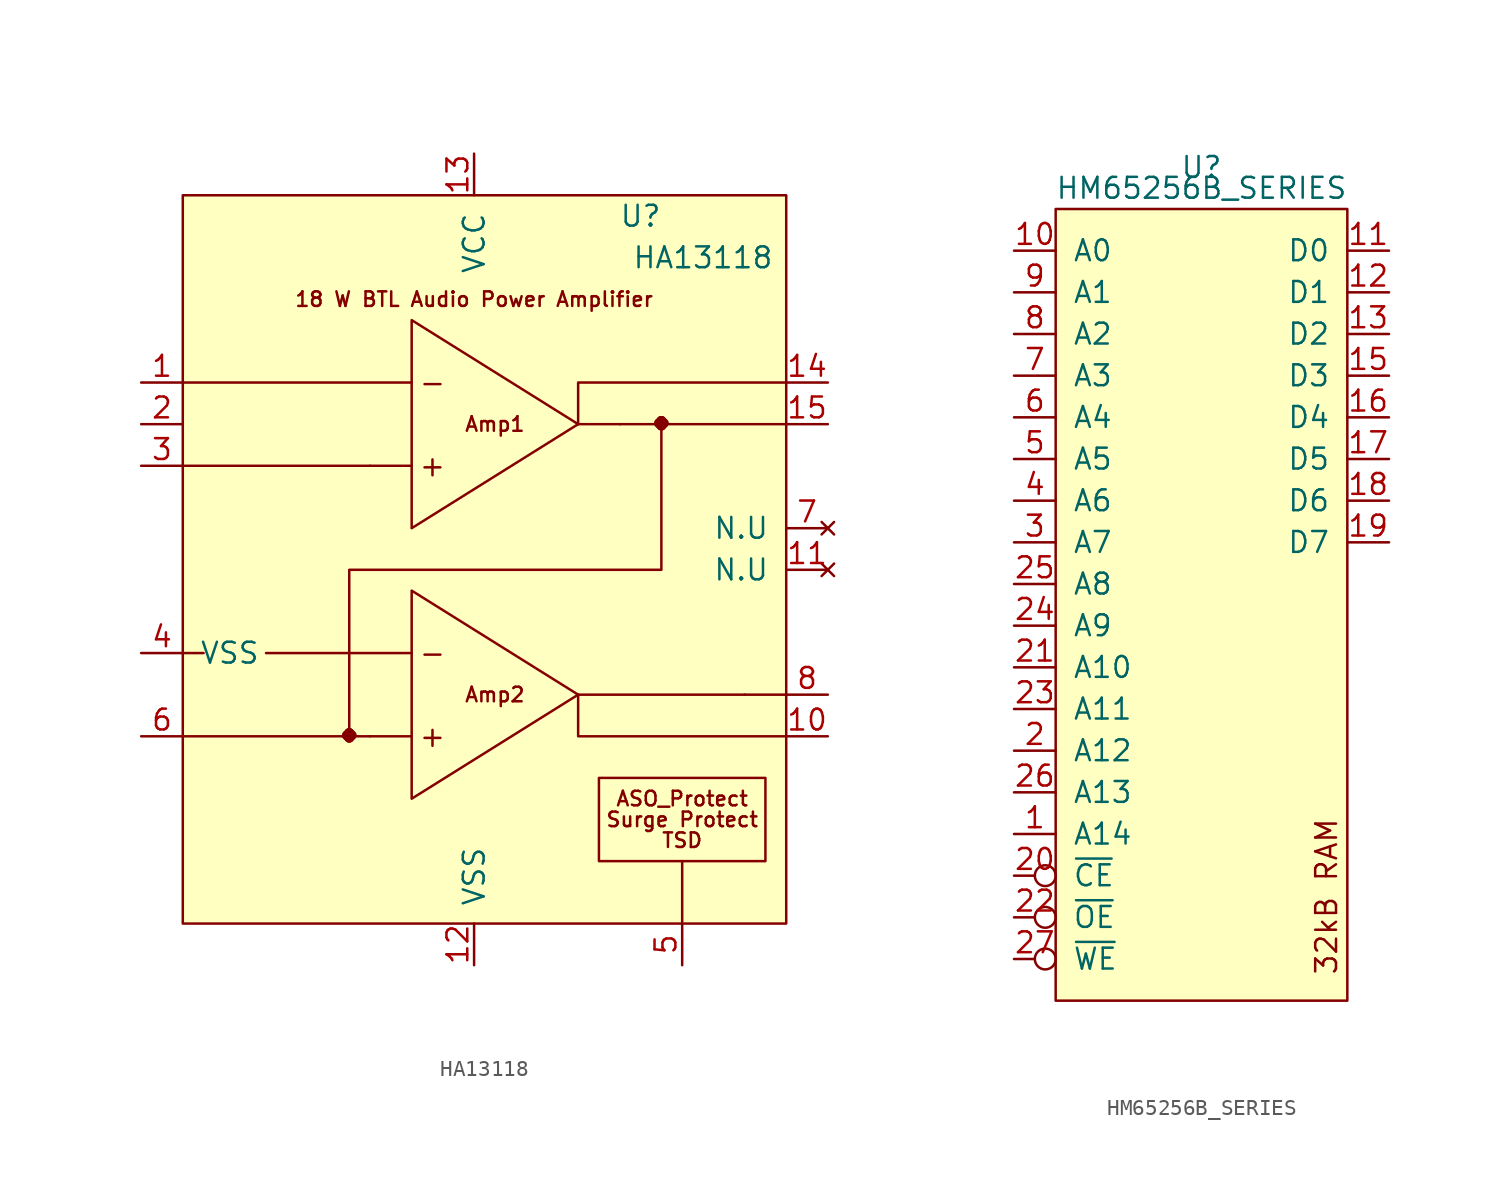
<source format=kicad_sym>
(kicad_symbol_lib
  (version 20211014)
  (generator kicad_symbol_editor)
  (symbol "HA13118"
    (pin_names
      (offset 1.016))
    (property "Reference" "U"
      (at 10.16 20.32 0)
      (effects (font (size 1.27 1.27))))
    (property "Value" "HA13118"
      (at 13.97 17.78 0)
      (effects (font (size 1.27 1.27))))
    (symbol "HA13118_0_0"
      (rectangle (start -17.78 21.59) (end 19.05 -22.86) (stroke (width 0) (type default) (color 0 0 0 0)) (fill (type background)))
      (polyline (pts (xy -16.51 -6.35) (xy -17.78 -6.35)) (stroke (width 0) (type default) (color 0 0 0 0)) (fill (type none)))
      (polyline (pts (xy -3.81 -6.35) (xy -12.7 -6.35)) (stroke (width 0) (type default) (color 0 0 0 0)) (fill (type none)))
      (polyline (pts (xy 6.35 -8.89) (xy 19.05 -8.89)) (stroke (width 0) (type default) (color 0 0 0 0)) (fill (type none)))
      (polyline (pts (xy 8.89 7.62) (xy 19.05 7.62)) (stroke (width 0) (type default) (color 0 0 0 0)) (fill (type none)))
      (polyline (pts (xy 6.35 -8.89) (xy 6.35 -11.43) (xy 19.05 -11.43)) (stroke (width 0) (type default) (color 0 0 0 0)) (fill (type none)))
      (polyline (pts (xy 19.05 10.16) (xy 6.35 10.16) (xy 6.35 7.62)) (stroke (width 0) (type default) (color 0 0 0 0)) (fill (type none)))
      (rectangle (start 7.62 -19.05) (end 17.78 -13.97) (stroke (width 0) (type default) (color 0 0 0 0)) (fill (type none)))
      (rectangle (start 16.51 -8.89) (end 16.51 -8.89) (stroke (width 0) (type default) (color 0 0 0 0)) (fill (type none)))
      (text "." (at -7.62 -10.16 0) (effects (font (size 2.997 2.997) bold)))
      (text "18 W BTL Audio Power Amplifier" (at 0 15.24 0) (effects (font (size 0.889 0.889))))
      (text "Amp1" (at 1.27 7.62 0) (effects (font (size 0.889 0.889))))
      (text "Amp2" (at 1.27 -8.89 0) (effects (font (size 0.889 0.889))))
      (text "ASO_Protect" (at 12.7 -15.24 0) (effects (font (size 0.889 0.889))))
      (text "Surge Protect" (at 12.7 -16.51 0) (effects (font (size 0.889 0.889))))
      (text "TSD" (at 12.7 -17.78 0) (effects (font (size 0.889 0.889)))))
    (symbol "HA13118_0_1"
      (polyline (pts (xy -17.78 -11.43) (xy -6.35 -11.43)) (stroke (width 0) (type default) (color 0 0 0 0)) (fill (type none)))
      (polyline (pts (xy -17.78 5.08) (xy -6.35 5.08)) (stroke (width 0) (type default) (color 0 0 0 0)) (fill (type none)))
      (polyline (pts (xy 8.89 7.62) (xy 6.35 7.62)) (stroke (width 0) (type default) (color 0 0 0 0)) (fill (type none)))
      (polyline (pts (xy 12.7 -19.05) (xy 12.7 -22.86)) (stroke (width 0) (type default) (color 0 0 0 0)) (fill (type none)))
      (polyline (pts (xy -7.62 -11.43) (xy -7.62 -1.27) (xy 11.43 -1.27) (xy 11.43 7.62)) (stroke (width 0) (type default) (color 0 0 0 0)) (fill (type none))))
    (symbol "HA13118_1_1"
      (polyline (pts (xy -3.81 -11.43) (xy -6.35 -11.43)) (stroke (width 0) (type default) (color 0 0 0 0)) (fill (type none)))
      (polyline (pts (xy -3.81 5.08) (xy -6.35 5.08)) (stroke (width 0) (type default) (color 0 0 0 0)) (fill (type none)))
      (polyline (pts (xy -3.81 10.16) (xy -7.62 10.16) (xy -17.78 10.16)) (stroke (width 0) (type default) (color 0 0 0 0)) (fill (type none)))
      (polyline (pts (xy 6.35 -8.89) (xy -3.81 -2.54) (xy -3.81 -15.24) (xy 6.35 -8.89)) (stroke (width 0) (type default) (color 0 0 0 0)) (fill (type none)))
      (polyline (pts (xy 6.35 7.62) (xy -3.81 13.97) (xy -3.81 1.27) (xy 6.35 7.62)) (stroke (width 0) (type default) (color 0 0 0 0)) (fill (type none)))
      (text "+" (at -2.54 -11.43 0) (effects (font (size 1.27 1.27))))
      (text "+" (at -2.54 5.08 0) (effects (font (size 1.27 1.27))))
      (text "-" (at -2.54 -6.35 0) (effects (font (size 1.27 1.27))))
      (text "-" (at -2.54 10.16 0) (effects (font (size 1.27 1.27))))
      (text "." (at 11.43 8.89 0) (effects (font (size 2.997 2.997) bold)))
      (pin input line (at -20.32 10.16 0) (length 2.54) (name "~" (effects (font (size 1.27 1.27)))) (number "1" (effects (font (size 1.27 1.27)))))
      (pin output line (at 21.59 -11.43 180) (length 2.54) (name "~" (effects (font (size 1.27 1.27)))) (number "10" (effects (font (size 1.27 1.27)))))
      (pin no_connect line (at 21.59 -1.27 180) (length 2.54) (name "N.U" (effects (font (size 1.27 1.27)))) (number "11" (effects (font (size 1.27 1.27)))))
      (pin power_in line (at 0 -25.4 90) (length 2.54) (name "VSS" (effects (font (size 1.27 1.27)))) (number "12" (effects (font (size 1.27 1.27)))))
      (pin power_in line (at 0 24.13 270) (length 2.54) (name "VCC" (effects (font (size 1.27 1.27)))) (number "13" (effects (font (size 1.27 1.27)))))
      (pin output line (at 21.59 10.16 180) (length 2.54) (name "~" (effects (font (size 1.27 1.27)))) (number "14" (effects (font (size 1.27 1.27)))))
      (pin output line (at 21.59 7.62 180) (length 2.54) (name "~" (effects (font (size 1.27 1.27)))) (number "15" (effects (font (size 1.27 1.27)))))
      (pin input line (at -20.32 7.62 0) (length 2.54) (name "~" (effects (font (size 1.27 1.27)))) (number "2" (effects (font (size 1.27 1.27)))))
      (pin input line (at -20.32 5.08 0) (length 2.54) (name "~" (effects (font (size 1.27 1.27)))) (number "3" (effects (font (size 1.27 1.27)))))
      (pin power_in line (at -20.32 -6.35 0) (length 2.54) (name "VSS" (effects (font (size 1.27 1.27)))) (number "4" (effects (font (size 1.27 1.27)))))
      (pin input line (at 12.7 -25.4 90) (length 2.54) (name "~" (effects (font (size 1.27 1.27)))) (number "5" (effects (font (size 1.27 1.27)))))
      (pin input line (at -20.32 -11.43 0) (length 2.54) (name "~" (effects (font (size 1.27 1.27)))) (number "6" (effects (font (size 1.27 1.27)))))
      (pin no_connect line (at 21.59 1.27 180) (length 2.54) (name "N.U" (effects (font (size 1.27 1.27)))) (number "7" (effects (font (size 1.27 1.27)))))
      (pin output line (at 21.59 -8.89 180) (length 2.54) (name "~" (effects (font (size 1.27 1.27)))) (number "8" (effects (font (size 1.27 1.27)))))))
  (symbol "HM65256B_SERIES"
    (pin_names
      (offset 1.016))
    (property "Reference" "U"
      (at 0 26.67 0)
      (effects (font (size 1.27 1.27))))
    (property "Value" "HM65256B_SERIES"
      (at 0 25.4 0)
      (effects (font (size 1.27 1.27))))
    (symbol "HM65256B_SERIES_0_0"
      (text "32kB RAM" (at 7.62 -17.78 900) (effects (font (size 1.27 1.27)))))
    (symbol "HM65256B_SERIES_1_1"
      (rectangle (start -8.89 24.13) (end 8.89 -24.13) (stroke (width 0) (type default) (color 0 0 0 0)) (fill (type background)))
      (pin input line (at -11.43 -13.97 0) (length 2.54) (name "A14" (effects (font (size 1.27 1.27)))) (number "1" (effects (font (size 1.27 1.27)))))
      (pin input line (at -11.43 21.59 0) (length 2.54) (name "A0" (effects (font (size 1.27 1.27)))) (number "10" (effects (font (size 1.27 1.27)))))
      (pin bidirectional line (at 11.43 21.59 180) (length 2.54) (name "D0" (effects (font (size 1.27 1.27)))) (number "11" (effects (font (size 1.27 1.27)))))
      (pin bidirectional line (at 11.43 19.05 180) (length 2.54) (name "D1" (effects (font (size 1.27 1.27)))) (number "12" (effects (font (size 1.27 1.27)))))
      (pin bidirectional line (at 11.43 16.51 180) (length 2.54) (name "D2" (effects (font (size 1.27 1.27)))) (number "13" (effects (font (size 1.27 1.27)))))
      (pin power_in line (at 0 -24.13 90) (length 2.54) hide (name "VSS" (effects (font (size 1.27 1.27)))) (number "14" (effects (font (size 1.27 1.27)))))
      (pin bidirectional line (at 11.43 13.97 180) (length 2.54) (name "D3" (effects (font (size 1.27 1.27)))) (number "15" (effects (font (size 1.27 1.27)))))
      (pin bidirectional line (at 11.43 11.43 180) (length 2.54) (name "D4" (effects (font (size 1.27 1.27)))) (number "16" (effects (font (size 1.27 1.27)))))
      (pin bidirectional line (at 11.43 8.89 180) (length 2.54) (name "D5" (effects (font (size 1.27 1.27)))) (number "17" (effects (font (size 1.27 1.27)))))
      (pin bidirectional line (at 11.43 6.35 180) (length 2.54) (name "D6" (effects (font (size 1.27 1.27)))) (number "18" (effects (font (size 1.27 1.27)))))
      (pin bidirectional line (at 11.43 3.81 180) (length 2.54) (name "D7" (effects (font (size 1.27 1.27)))) (number "19" (effects (font (size 1.27 1.27)))))
      (pin input line (at -11.43 -8.89 0) (length 2.54) (name "A12" (effects (font (size 1.27 1.27)))) (number "2" (effects (font (size 1.27 1.27)))))
      (pin input inverted (at -11.43 -16.51 0) (length 2.54) (name "~{CE}" (effects (font (size 1.27 1.27)))) (number "20" (effects (font (size 1.27 1.27)))))
      (pin input line (at -11.43 -3.81 0) (length 2.54) (name "A10" (effects (font (size 1.27 1.27)))) (number "21" (effects (font (size 1.27 1.27)))))
      (pin input inverted (at -11.43 -19.05 0) (length 2.54) (name "~{OE}" (effects (font (size 1.27 1.27)))) (number "22" (effects (font (size 1.27 1.27)))))
      (pin input line (at -11.43 -6.35 0) (length 2.54) (name "A11" (effects (font (size 1.27 1.27)))) (number "23" (effects (font (size 1.27 1.27)))))
      (pin input line (at -11.43 -1.27 0) (length 2.54) (name "A9" (effects (font (size 1.27 1.27)))) (number "24" (effects (font (size 1.27 1.27)))))
      (pin input line (at -11.43 1.27 0) (length 2.54) (name "A8" (effects (font (size 1.27 1.27)))) (number "25" (effects (font (size 1.27 1.27)))))
      (pin input line (at -11.43 -11.43 0) (length 2.54) (name "A13" (effects (font (size 1.27 1.27)))) (number "26" (effects (font (size 1.27 1.27)))))
      (pin input inverted (at -11.43 -21.59 0) (length 2.54) (name "~{WE}" (effects (font (size 1.27 1.27)))) (number "27" (effects (font (size 1.27 1.27)))))
      (pin power_in line (at 0 24.13 270) (length 2.54) hide (name "VCC" (effects (font (size 1.27 1.27)))) (number "28" (effects (font (size 1.27 1.27)))))
      (pin input line (at -11.43 3.81 0) (length 2.54) (name "A7" (effects (font (size 1.27 1.27)))) (number "3" (effects (font (size 1.27 1.27)))))
      (pin input line (at -11.43 6.35 0) (length 2.54) (name "A6" (effects (font (size 1.27 1.27)))) (number "4" (effects (font (size 1.27 1.27)))))
      (pin input line (at -11.43 8.89 0) (length 2.54) (name "A5" (effects (font (size 1.27 1.27)))) (number "5" (effects (font (size 1.27 1.27)))))
      (pin input line (at -11.43 11.43 0) (length 2.54) (name "A4" (effects (font (size 1.27 1.27)))) (number "6" (effects (font (size 1.27 1.27)))))
      (pin input line (at -11.43 13.97 0) (length 2.54) (name "A3" (effects (font (size 1.27 1.27)))) (number "7" (effects (font (size 1.27 1.27)))))
      (pin input line (at -11.43 16.51 0) (length 2.54) (name "A2" (effects (font (size 1.27 1.27)))) (number "8" (effects (font (size 1.27 1.27)))))
      (pin input line (at -11.43 19.05 0) (length 2.54) (name "A1" (effects (font (size 1.27 1.27)))) (number "9" (effects (font (size 1.27 1.27))))))))
</source>
